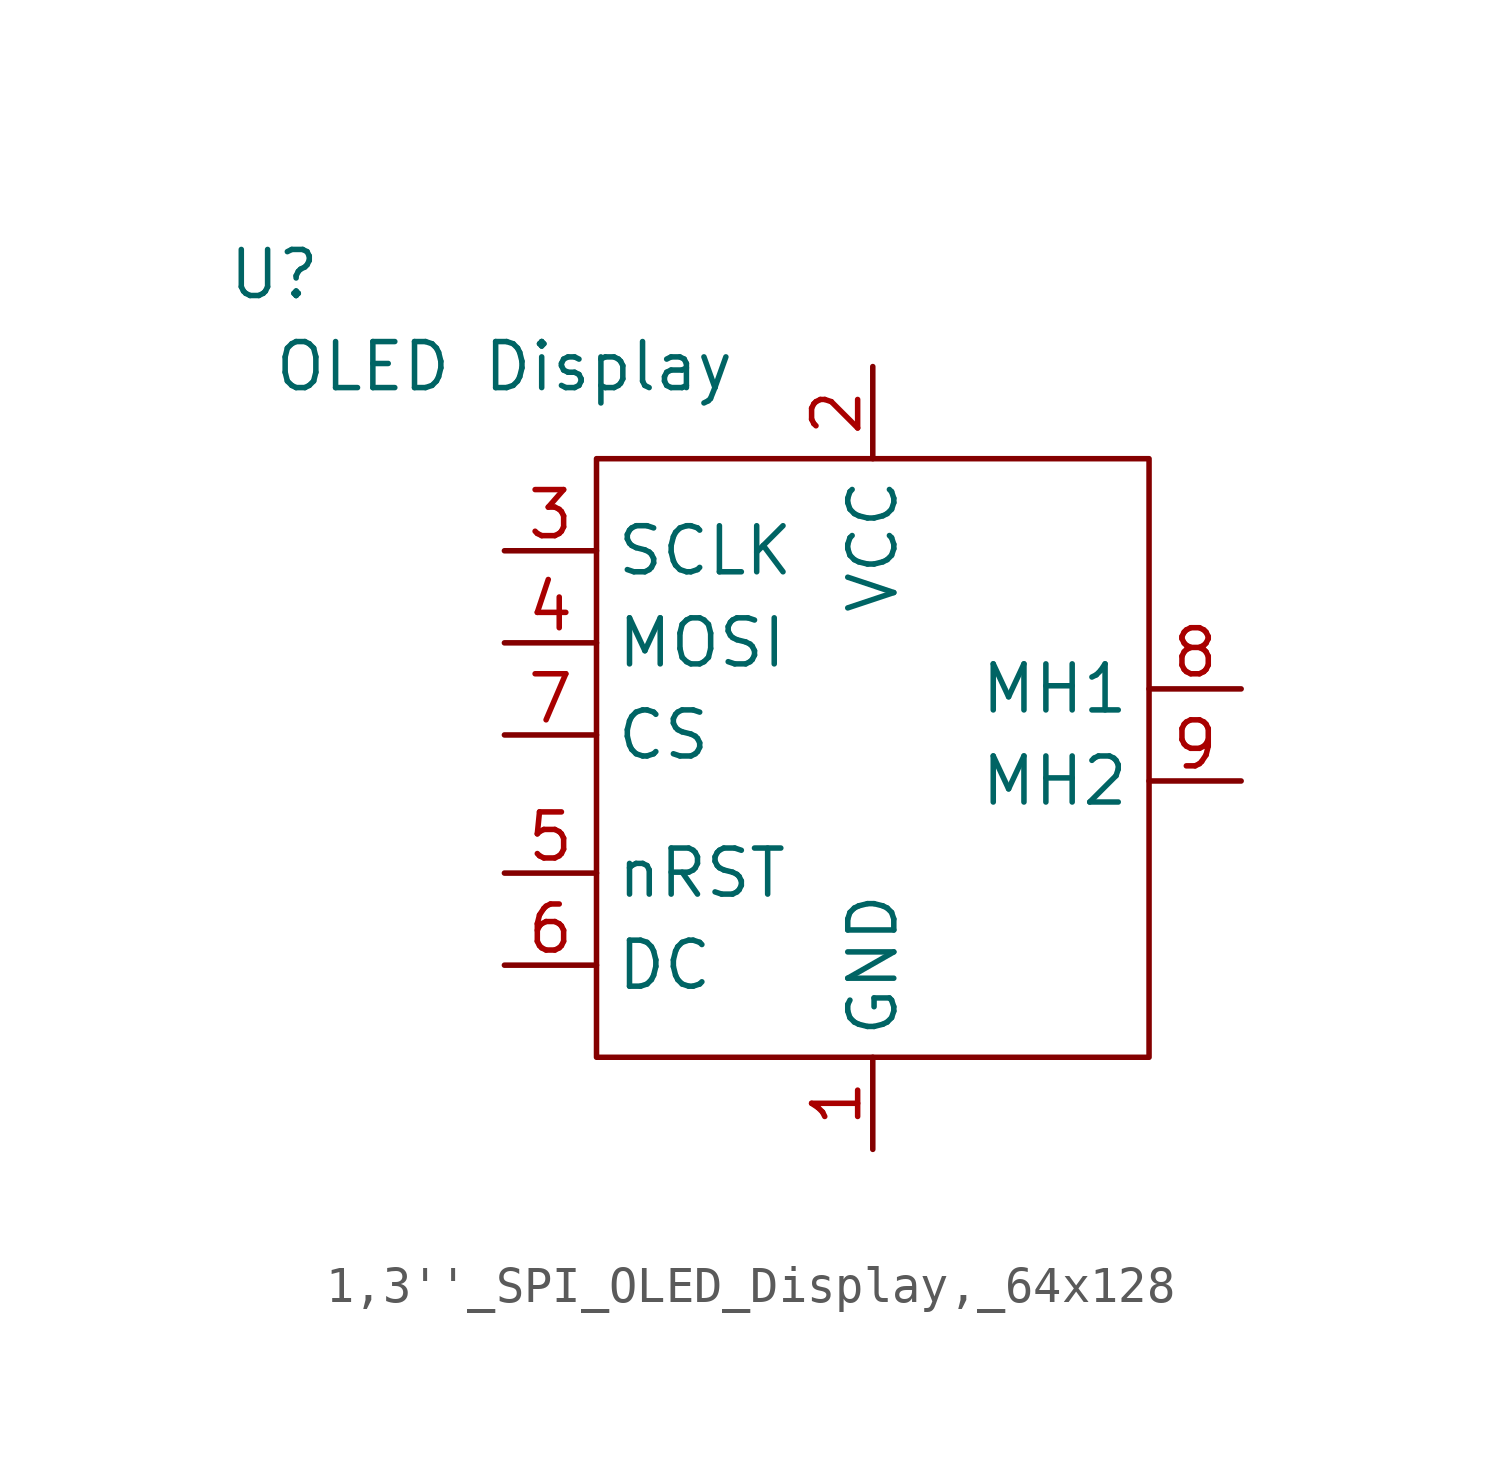
<source format=kicad_sym>
(kicad_symbol_lib
  (version 20220914)
  (generator kicad_symbol_editor)
  (symbol "1,3''_SPI_OLED_Display,_64x128"
    (property "Reference" "U"
      (at -6.35 2.54 0)
      (effects (font (size 1.27 1.27))))
    (property "Value" "OLED Display"
      (at 0 0 0)
      (effects (font (size 1.27 1.27))))
    (symbol "1,3''_SPI_OLED_Display,_64x128_1_1"
      (rectangle (start 2.54 -2.54) (end 17.78 -19.05) (stroke (width 0) (type default)) (fill (type none)))
      (pin passive line (at 10.16 -21.59 90) (length 2.54) (name "GND" (effects (font (size 1.27 1.27)))) (number "1" (effects (font (size 1.27 1.27)))))
      (pin passive line (at 10.16 0 270) (length 2.54) (name "VCC" (effects (font (size 1.27 1.27)))) (number "2" (effects (font (size 1.27 1.27)))))
      (pin input line (at 0 -5.08 0) (length 2.54) (name "SCLK" (effects (font (size 1.27 1.27)))) (number "3" (effects (font (size 1.27 1.27)))))
      (pin input line (at 0 -7.62 0) (length 2.54) (name "MOSI" (effects (font (size 1.27 1.27)))) (number "4" (effects (font (size 1.27 1.27)))))
      (pin input line (at 0 -13.97 0) (length 2.54) (name "nRST" (effects (font (size 1.27 1.27)))) (number "5" (effects (font (size 1.27 1.27)))))
      (pin input line (at 0 -16.51 0) (length 2.54) (name "DC" (effects (font (size 1.27 1.27)))) (number "6" (effects (font (size 1.27 1.27)))))
      (pin input line (at 0 -10.16 0) (length 2.54) (name "CS" (effects (font (size 1.27 1.27)))) (number "7" (effects (font (size 1.27 1.27)))))
      (pin passive line (at 20.32 -8.89 180) (length 2.54) (name "MH1" (effects (font (size 1.27 1.27)))) (number "8" (effects (font (size 1.27 1.27)))))
      (pin passive line (at 20.32 -11.43 180) (length 2.54) (name "MH2" (effects (font (size 1.27 1.27)))) (number "9" (effects (font (size 1.27 1.27))))))))
</source>
